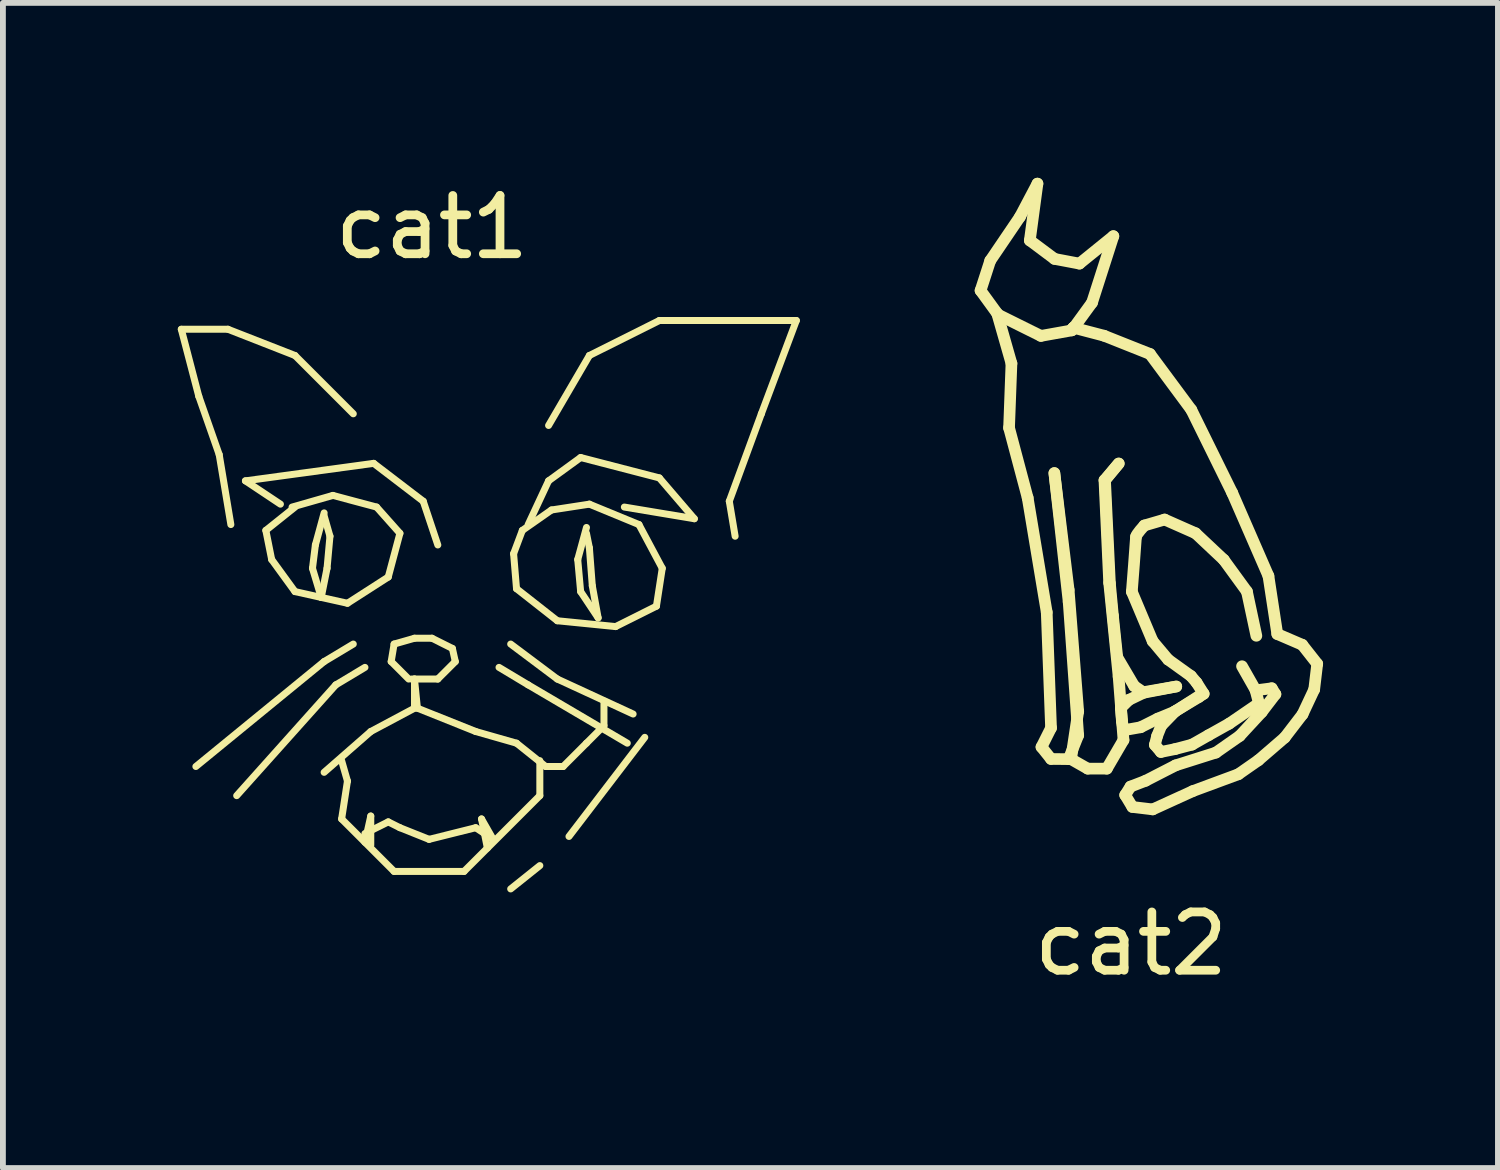
<source format=kicad_pcb>
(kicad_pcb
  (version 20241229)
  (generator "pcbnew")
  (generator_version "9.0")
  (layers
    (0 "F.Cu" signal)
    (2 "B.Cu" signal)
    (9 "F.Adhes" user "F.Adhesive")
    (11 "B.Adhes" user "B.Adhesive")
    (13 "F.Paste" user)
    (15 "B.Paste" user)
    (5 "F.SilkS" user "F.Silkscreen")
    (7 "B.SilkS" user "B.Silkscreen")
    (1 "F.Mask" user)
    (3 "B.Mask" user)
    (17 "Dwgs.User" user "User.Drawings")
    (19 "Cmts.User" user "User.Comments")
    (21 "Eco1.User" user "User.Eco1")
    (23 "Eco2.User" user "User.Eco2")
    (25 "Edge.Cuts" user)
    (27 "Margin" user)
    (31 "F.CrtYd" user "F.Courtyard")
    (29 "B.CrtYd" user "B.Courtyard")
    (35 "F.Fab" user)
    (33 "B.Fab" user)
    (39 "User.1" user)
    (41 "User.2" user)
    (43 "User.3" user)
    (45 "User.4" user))
  (footprint "cat2"
    (layer "F.Cu")
    (at 15.851 10.638)
    (property "Reference" "cat2" (at 0.5 2.5 0) (unlocked yes) (layer "F.SilkS") (effects (font (size 1 1) (thickness 0.15))))
    (attr through_hole)
    (fp_line (start -2.081 -8.704) (end -1.781 -8.291) (stroke (width 0.2) (type solid)) (layer "F.SilkS"))
    (fp_line (start -1.915 -9.217) (end -2.081 -8.704) (stroke (width 0.2) (type solid)) (layer "F.SilkS"))
    (fp_line (start -1.796 -8.312) (end -1.551 -7.454) (stroke (width 0.2) (type solid)) (layer "F.SilkS"))
    (fp_line (start -1.781 -8.291) (end -1.046 -7.926) (stroke (width 0.2) (type solid)) (layer "F.SilkS"))
    (fp_line (start -1.592 -6.349) (end -1.273 -5.149) (stroke (width 0.2) (type solid)) (layer "F.SilkS"))
    (fp_line (start -1.551 -7.454) (end -1.592 -6.349) (stroke (width 0.2) (type solid)) (layer "F.SilkS"))
    (fp_line (start -1.405 -9.969) (end -1.915 -9.217) (stroke (width 0.2) (type solid)) (layer "F.SilkS"))
    (fp_line (start -1.273 -5.149) (end -0.946 -3.186) (stroke (width 0.2) (type solid)) (layer "F.SilkS"))
    (fp_line (start -1.236 -9.564) (end -1.105 -10.538) (stroke (width 0.2) (type solid)) (layer "F.SilkS"))
    (fp_line (start -1.105 -10.538) (end -1.405 -9.969) (stroke (width 0.2) (type solid)) (layer "F.SilkS"))
    (fp_line (start -1.046 -7.926) (end -0.515 -8.021) (stroke (width 0.2) (type solid)) (layer "F.SilkS"))
    (fp_line (start -1.036 -0.874) (end -0.872 -0.669) (stroke (width 0.2) (type solid)) (layer "F.SilkS"))
    (fp_line (start -0.946 -3.186) (end -0.872 -1.201) (stroke (width 0.2) (type solid)) (layer "F.SilkS"))
    (fp_line (start -0.872 -1.201) (end -1.036 -0.874) (stroke (width 0.2) (type solid)) (layer "F.SilkS"))
    (fp_line (start -0.872 -0.669) (end -0.57 -0.666) (stroke (width 0.2) (type solid)) (layer "F.SilkS"))
    (fp_line (start -0.815 -5.573) (end -0.57 -3.569) (stroke (width 0.2) (type solid)) (layer "F.SilkS"))
    (fp_line (start -0.812 -9.247) (end -1.236 -9.564) (stroke (width 0.2) (type solid)) (layer "F.SilkS"))
    (fp_line (start -0.57 -3.569) (end -0.406 -1.484) (stroke (width 0.2) (type solid)) (layer "F.SilkS"))
    (fp_line (start -0.57 -3.365) (end -0.815 -5.573) (stroke (width 0.2) (type solid)) (layer "F.SilkS"))
    (fp_line (start -0.57 -0.666) (end -0.406 -1.075) (stroke (width 0.2) (type solid)) (layer "F.SilkS"))
    (fp_line (start -0.529 -8.026) (end -0.489 -8.067) (stroke (width 0.2) (type solid)) (layer "F.SilkS"))
    (fp_line (start -0.529 -0.666) (end -0.243 -0.503) (stroke (width 0.2) (type solid)) (layer "F.SilkS"))
    (fp_line (start -0.515 -8.021) (end -0.169 -8.496) (stroke (width 0.2) (type solid)) (layer "F.SilkS"))
    (fp_line (start -0.489 -8.067) (end -0.489 -8.067) (stroke (width 0.2) (type solid)) (layer "F.SilkS"))
    (fp_line (start -0.489 -8.067) (end 0.038 -7.929) (stroke (width 0.2) (type solid)) (layer "F.SilkS"))
    (fp_line (start -0.406 -1.484) (end -0.529 -0.666) (stroke (width 0.2) (type solid)) (layer "F.SilkS"))
    (fp_line (start -0.406 -1.075) (end -0.57 -3.365) (stroke (width 0.2) (type solid)) (layer "F.SilkS"))
    (fp_line (start -0.385 -9.166) (end -0.812 -9.247) (stroke (width 0.2) (type solid)) (layer "F.SilkS"))
    (fp_line (start -0.243 -0.503) (end 0.085 -0.503) (stroke (width 0.2) (type solid)) (layer "F.SilkS"))
    (fp_line (start -0.169 -8.496) (end 0.197 -9.637) (stroke (width 0.2) (type solid)) (layer "F.SilkS"))
    (fp_line (start 0.038 -7.929) (end 0.825 -7.616) (stroke (width 0.2) (type solid)) (layer "F.SilkS"))
    (fp_line (start 0.044 -5.45) (end 0.289 -5.737) (stroke (width 0.2) (type solid)) (layer "F.SilkS"))
    (fp_line (start 0.054 -5.45) (end 0.138 -3.682) (stroke (width 0.2) (type solid)) (layer "F.SilkS"))
    (fp_line (start 0.085 -0.503) (end 0.371 -0.993) (stroke (width 0.2) (type solid)) (layer "F.SilkS"))
    (fp_line (start 0.125 -3.692) (end 0.044 -5.45) (stroke (width 0.2) (type solid)) (layer "F.SilkS"))
    (fp_line (start 0.138 -3.682) (end 0.19 -3.124) (stroke (width 0.2) (type solid)) (layer "F.SilkS"))
    (fp_line (start 0.19 -3.124) (end 0.264 -2.413) (stroke (width 0.2) (type solid)) (layer "F.SilkS"))
    (fp_line (start 0.197 -9.637) (end -0.385 -9.166) (stroke (width 0.2) (type solid)) (layer "F.SilkS"))
    (fp_line (start 0.264 -2.413) (end 0.555 -1.919) (stroke (width 0.2) (type solid)) (layer "F.SilkS"))
    (fp_line (start 0.287 -2.083) (end 0.125 -3.692) (stroke (width 0.2) (type solid)) (layer "F.SilkS"))
    (fp_line (start 0.289 -5.737) (end 0.054 -5.45) (stroke (width 0.2) (type solid)) (layer "F.SilkS"))
    (fp_line (start 0.325 -1.545) (end 0.343 -1.324) (stroke (width 0.2) (type solid)) (layer "F.SilkS"))
    (fp_line (start 0.343 -1.324) (end 0.371 -1.161) (stroke (width 0.2) (type solid)) (layer "F.SilkS"))
    (fp_line (start 0.371 -1.161) (end 0.664 -1.213) (stroke (width 0.2) (type solid)) (layer "F.SilkS"))
    (fp_line (start 0.371 -0.993) (end 0.287 -2.083) (stroke (width 0.2) (type solid)) (layer "F.SilkS"))
    (fp_line (start 0.4 -0.05) (end 0.491 -0.195) (stroke (width 0.2) (type solid)) (layer "F.SilkS"))
    (fp_line (start 0.464 -1.683) (end 0.325 -1.545) (stroke (width 0.2) (type solid)) (layer "F.SilkS"))
    (fp_line (start 0.491 -0.195) (end 0.75 -0.295) (stroke (width 0.2) (type solid)) (layer "F.SilkS"))
    (fp_line (start 0.523 0.154) (end 0.4 -0.05) (stroke (width 0.2) (type solid)) (layer "F.SilkS"))
    (fp_line (start 0.555 -1.919) (end 0.708 -1.814) (stroke (width 0.2) (type solid)) (layer "F.SilkS"))
    (fp_line (start 0.664 -1.213) (end 0.959 -1.361) (stroke (width 0.2) (type solid)) (layer "F.SilkS"))
    (fp_line (start 0.708 -1.814) (end 1.276 -1.912) (stroke (width 0.2) (type solid)) (layer "F.SilkS"))
    (fp_line (start 0.715 -1.804) (end 0.464 -1.683) (stroke (width 0.2) (type solid)) (layer "F.SilkS"))
    (fp_line (start 0.728 -4.674) (end 1.076 -4.776) (stroke (width 0.2) (type solid)) (layer "F.SilkS"))
    (fp_line (start 0.75 -0.295) (end 1.264 -0.559) (stroke (width 0.2) (type solid)) (layer "F.SilkS"))
    (fp_line (start 0.825 -7.616) (end 1.534 -6.659) (stroke (width 0.2) (type solid)) (layer "F.SilkS"))
    (fp_line (start 0.871 -2.69) (end 0.514 -3.539) (stroke (width 0.2) (type solid)) (layer "F.SilkS"))
    (fp_line (start 0.872 0.196) (end 0.523 0.154) (stroke (width 0.2) (type solid)) (layer "F.SilkS"))
    (fp_line (start 0.909 -0.911) (end 0.947 -1.061) (stroke (width 0.2) (type solid)) (layer "F.SilkS"))
    (fp_line (start 0.947 -1.061) (end 1.018 -1.239) (stroke (width 0.2) (type solid)) (layer "F.SilkS"))
    (fp_line (start 0.959 -1.361) (end 1.249 -1.481) (stroke (width 0.2) (type solid)) (layer "F.SilkS"))
    (fp_line (start 1.012 -0.789) (end 0.909 -0.911) (stroke (width 0.2) (type solid)) (layer "F.SilkS"))
    (fp_line (start 1.018 -1.239) (end 1.261 -1.49) (stroke (width 0.2) (type solid)) (layer "F.SilkS"))
    (fp_line (start 1.076 -4.776) (end 1.607 -4.541) (stroke (width 0.2) (type solid)) (layer "F.SilkS"))
    (fp_line (start 1.137 -2.373) (end 0.871 -2.69) (stroke (width 0.2) (type solid)) (layer "F.SilkS"))
    (fp_line (start 1.249 -1.481) (end 1.724 -1.785) (stroke (width 0.2) (type solid)) (layer "F.SilkS"))
    (fp_line (start 1.254 -0.838) (end 1.012 -0.789) (stroke (width 0.2) (type solid)) (layer "F.SilkS"))
    (fp_line (start 1.261 -1.49) (end 1.662 -1.731) (stroke (width 0.2) (type solid)) (layer "F.SilkS"))
    (fp_line (start 1.264 -0.559) (end 1.955 -0.778) (stroke (width 0.2) (type solid)) (layer "F.SilkS"))
    (fp_line (start 1.276 -1.912) (end 0.715 -1.804) (stroke (width 0.2) (type solid)) (layer "F.SilkS"))
    (fp_line (start 1.528 -2.092) (end 1.137 -2.373) (stroke (width 0.2) (type solid)) (layer "F.SilkS"))
    (fp_line (start 1.534 -6.659) (end 2.236 -5.234) (stroke (width 0.2) (type solid)) (layer "F.SilkS"))
    (fp_line (start 1.546 -0.915) (end 1.254 -0.838) (stroke (width 0.2) (type solid)) (layer "F.SilkS"))
    (fp_line (start 1.56 -0.118) (end 0.872 0.196) (stroke (width 0.2) (type solid)) (layer "F.SilkS"))
    (fp_line (start 1.607 -4.541) (end 2.091 -4.086) (stroke (width 0.2) (type solid)) (layer "F.SilkS"))
    (fp_line (start 1.625 -1.978) (end 1.528 -2.092) (stroke (width 0.2) (type solid)) (layer "F.SilkS"))
    (fp_line (start 1.662 -1.731) (end 1.746 -1.787) (stroke (width 0.2) (type solid)) (layer "F.SilkS"))
    (fp_line (start 1.746 -1.787) (end 1.625 -1.978) (stroke (width 0.2) (type solid)) (layer "F.SilkS"))
    (fp_line (start 1.829 -1.076) (end 1.546 -0.915) (stroke (width 0.2) (type solid)) (layer "F.SilkS"))
    (fp_line (start 1.955 -0.778) (end 2.364 -1.064) (stroke (width 0.2) (type solid)) (layer "F.SilkS"))
    (fp_line (start 2.091 -4.086) (end 2.488 -3.541) (stroke (width 0.2) (type solid)) (layer "F.SilkS"))
    (fp_line (start 2.182 -1.274) (end 1.829 -1.076) (stroke (width 0.2) (type solid)) (layer "F.SilkS"))
    (fp_line (start 2.236 -5.234) (end 2.857 -3.808) (stroke (width 0.2) (type solid)) (layer "F.SilkS"))
    (fp_line (start 2.341 -0.407) (end 1.56 -0.118) (stroke (width 0.2) (type solid)) (layer "F.SilkS"))
    (fp_line (start 2.364 -1.064) (end 2.742 -1.473) (stroke (width 0.2) (type solid)) (layer "F.SilkS"))
    (fp_line (start 2.404 -2.26) (end 2.635 -1.853) (stroke (width 0.2) (type solid)) (layer "F.SilkS"))
    (fp_line (start 2.488 -3.541) (end 2.65 -2.782) (stroke (width 0.2) (type solid)) (layer "F.SilkS"))
    (fp_line (start 2.635 -1.853) (end 2.694 -1.624) (stroke (width 0.2) (type solid)) (layer "F.SilkS"))
    (fp_line (start 2.685 -0.647) (end 2.341 -0.407) (stroke (width 0.2) (type solid)) (layer "F.SilkS"))
    (fp_line (start 2.694 -1.624) (end 2.182 -1.274) (stroke (width 0.2) (type solid)) (layer "F.SilkS"))
    (fp_line (start 2.742 -1.473) (end 2.977 -1.78) (stroke (width 0.2) (type solid)) (layer "F.SilkS"))
    (fp_line (start 2.857 -3.808) (end 3.009 -2.812) (stroke (width 0.2) (type solid)) (layer "F.SilkS"))
    (fp_line (start 2.914 -1.882) (end 2.643 -1.847) (stroke (width 0.2) (type solid)) (layer "F.SilkS"))
    (fp_line (start 2.977 -1.78) (end 2.914 -1.882) (stroke (width 0.2) (type solid)) (layer "F.SilkS"))
    (fp_line (start 3.009 -2.812) (end 3.437 -2.628) (stroke (width 0.2) (type solid)) (layer "F.SilkS"))
    (fp_line (start 3.136 -1.036) (end 2.685 -0.647) (stroke (width 0.2) (type solid)) (layer "F.SilkS"))
    (fp_line (start 3.437 -2.628) (end 3.694 -2.301) (stroke (width 0.2) (type solid)) (layer "F.SilkS"))
    (fp_line (start 3.442 -1.435) (end 3.136 -1.036) (stroke (width 0.2) (type solid)) (layer "F.SilkS"))
    (fp_line (start 3.642 -1.861) (end 3.442 -1.435) (stroke (width 0.2) (type solid)) (layer "F.SilkS"))
    (fp_line (start 3.694 -2.301) (end 3.642 -1.861) (stroke (width 0.2) (type solid)) (layer "F.SilkS"))
    (fp_curve (pts (xy 0.514 -3.539) (xy 0.514 -3.539) (xy 0.585 -4.438) (xy 0.585 -4.479)) (stroke (width 0.2) (type solid)) (layer "F.SilkS"))
    (fp_curve (pts (xy 0.585 -4.479) (xy 0.585 -4.52) (xy 0.728 -4.674) (xy 0.728 -4.674)) (stroke (width 0.2) (type solid)) (layer "F.SilkS")))
  (footprint "cat1"
    (layer "F.Cu")
    (at 4.41 8.848)
    (property "Reference" "cat1" (at -0.05 -8 0) (unlocked yes) (layer "F.SilkS") (effects (font (size 1 1) (thickness 0.15))))
    (attr through_hole)
    (fp_line (start -4.35 -6.25) (end -4.05 -5.1) (stroke (width 0.12) (type solid)) (layer "F.SilkS"))
    (fp_line (start -4.05 -5.1) (end -3.7 -4.1) (stroke (width 0.12) (type solid)) (layer "F.SilkS"))
    (fp_line (start -3.7 -4.1) (end -3.5 -2.9) (stroke (width 0.12) (type solid)) (layer "F.SilkS"))
    (fp_line (start -3.55 -6.25) (end -4.35 -6.25) (stroke (width 0.12) (type solid)) (layer "F.SilkS"))
    (fp_line (start -3.25 -3.65) (end -1.05 -3.95) (stroke (width 0.12) (type solid)) (layer "F.SilkS"))
    (fp_line (start -2.9 -2.8) (end -2.4 -3.2) (stroke (width 0.12) (type solid)) (layer "F.SilkS"))
    (fp_line (start -2.8 -2.3) (end -2.9 -2.8) (stroke (width 0.12) (type solid)) (layer "F.SilkS"))
    (fp_line (start -2.65 -3.25) (end -3.25 -3.65) (stroke (width 0.12) (type solid)) (layer "F.SilkS"))
    (fp_line (start -2.45 -3.2) (end -1.75 -3.4) (stroke (width 0.12) (type solid)) (layer "F.SilkS"))
    (fp_line (start -2.4 -5.8) (end -3.55 -6.25) (stroke (width 0.12) (type solid)) (layer "F.SilkS"))
    (fp_line (start -2.4 -1.75) (end -2.8 -2.3) (stroke (width 0.12) (type solid)) (layer "F.SilkS"))
    (fp_line (start -2.1 -2.15) (end -1.95 -1.65) (stroke (width 0.12) (type solid)) (layer "F.SilkS"))
    (fp_line (start -2.05 -2.55) (end -2.1 -2.15) (stroke (width 0.12) (type solid)) (layer "F.SilkS"))
    (fp_line (start -1.95 -1.65) (end -1.85 -2.15) (stroke (width 0.12) (type solid)) (layer "F.SilkS"))
    (fp_line (start -1.9 -3.1) (end -2.05 -2.55) (stroke (width 0.12) (type solid)) (layer "F.SilkS"))
    (fp_line (start -1.9 -0.55) (end -4.1 1.25) (stroke (width 0.12) (type solid)) (layer "F.SilkS"))
    (fp_line (start -1.9 1.35) (end -1.1 0.65) (stroke (width 0.12) (type solid)) (layer "F.SilkS"))
    (fp_line (start -1.85 -2.15) (end -1.8 -2.7) (stroke (width 0.12) (type solid)) (layer "F.SilkS"))
    (fp_line (start -1.8 -2.7) (end -1.9 -3.05) (stroke (width 0.12) (type solid)) (layer "F.SilkS"))
    (fp_line (start -1.75 -3.4) (end -1 -3.2) (stroke (width 0.12) (type solid)) (layer "F.SilkS"))
    (fp_line (start -1.7 -0.15) (end -3.4 1.75) (stroke (width 0.12) (type solid)) (layer "F.SilkS"))
    (fp_line (start -1.6 2.15) (end -1.5 1.5) (stroke (width 0.12) (type solid)) (layer "F.SilkS"))
    (fp_line (start -1.5 -1.55) (end -2.4 -1.75) (stroke (width 0.12) (type solid)) (layer "F.SilkS"))
    (fp_line (start -1.5 1.5) (end -1.6 1.15) (stroke (width 0.12) (type solid)) (layer "F.SilkS"))
    (fp_line (start -1.4 -4.8) (end -2.4 -5.8) (stroke (width 0.12) (type solid)) (layer "F.SilkS"))
    (fp_line (start -1.4 -0.85) (end -1.9 -0.55) (stroke (width 0.12) (type solid)) (layer "F.SilkS"))
    (fp_line (start -1.2 -0.45) (end -1.7 -0.15) (stroke (width 0.12) (type solid)) (layer "F.SilkS"))
    (fp_line (start -1.2 2.4) (end -0.8 2.2) (stroke (width 0.12) (type solid)) (layer "F.SilkS"))
    (fp_line (start -1.2 2.55) (end -1.1 2.1) (stroke (width 0.12) (type solid)) (layer "F.SilkS"))
    (fp_line (start -1.1 0.65) (end -0.35 0.25) (stroke (width 0.12) (type solid)) (layer "F.SilkS"))
    (fp_line (start -1.1 2.1) (end -1.1 2.6) (stroke (width 0.12) (type solid)) (layer "F.SilkS"))
    (fp_line (start -1.05 -3.95) (end -0.2 -3.3) (stroke (width 0.12) (type solid)) (layer "F.SilkS"))
    (fp_line (start -1 -3.2) (end -0.6 -2.75) (stroke (width 0.12) (type solid)) (layer "F.SilkS"))
    (fp_line (start -0.8 -2) (end -1.5 -1.55) (stroke (width 0.12) (type solid)) (layer "F.SilkS"))
    (fp_line (start -0.8 2.2) (end -0.6 2.3) (stroke (width 0.12) (type solid)) (layer "F.SilkS"))
    (fp_line (start -0.75 -0.55) (end -0.7 -0.85) (stroke (width 0.12) (type solid)) (layer "F.SilkS"))
    (fp_line (start -0.7 -0.85) (end -0.35 -0.95) (stroke (width 0.12) (type solid)) (layer "F.SilkS"))
    (fp_line (start -0.7 3.05) (end -1.6 2.15) (stroke (width 0.12) (type solid)) (layer "F.SilkS"))
    (fp_line (start -0.6 -2.75) (end -0.8 -2) (stroke (width 0.12) (type solid)) (layer "F.SilkS"))
    (fp_line (start -0.6 2.3) (end -0.1 2.5) (stroke (width 0.12) (type solid)) (layer "F.SilkS"))
    (fp_line (start -0.45 -0.25) (end -0.75 -0.55) (stroke (width 0.12) (type solid)) (layer "F.SilkS"))
    (fp_line (start -0.35 -0.95) (end -0.05 -0.95) (stroke (width 0.12) (type solid)) (layer "F.SilkS"))
    (fp_line (start -0.35 -0.25) (end -0.3 0.25) (stroke (width 0.12) (type solid)) (layer "F.SilkS"))
    (fp_line (start -0.35 0.25) (end -0.35 -0.25) (stroke (width 0.12) (type solid)) (layer "F.SilkS"))
    (fp_line (start -0.3 0.25) (end 0.7 0.65) (stroke (width 0.12) (type solid)) (layer "F.SilkS"))
    (fp_line (start -0.2 -3.3) (end 0.05 -2.55) (stroke (width 0.12) (type solid)) (layer "F.SilkS"))
    (fp_line (start -0.1 2.5) (end 0.7 2.3) (stroke (width 0.12) (type solid)) (layer "F.SilkS"))
    (fp_line (start -0.05 -0.95) (end 0.3 -0.775) (stroke (width 0.12) (type solid)) (layer "F.SilkS"))
    (fp_line (start 0.05 -0.25) (end -0.4 -0.25) (stroke (width 0.12) (type solid)) (layer "F.SilkS"))
    (fp_line (start 0.3 -0.775) (end 0.35 -0.55) (stroke (width 0.12) (type solid)) (layer "F.SilkS"))
    (fp_line (start 0.35 -0.55) (end 0.05 -0.25) (stroke (width 0.12) (type solid)) (layer "F.SilkS"))
    (fp_line (start 0.5 3.05) (end -0.7 3.05) (stroke (width 0.12) (type solid)) (layer "F.SilkS"))
    (fp_line (start 0.7 0.65) (end 1.4 0.85) (stroke (width 0.12) (type solid)) (layer "F.SilkS"))
    (fp_line (start 0.7 2.3) (end 1 2.5) (stroke (width 0.12) (type solid)) (layer "F.SilkS"))
    (fp_line (start 0.8 2.15) (end 1 2.5) (stroke (width 0.12) (type solid)) (layer "F.SilkS"))
    (fp_line (start 0.9 2.65) (end 0.8 2.15) (stroke (width 0.12) (type solid)) (layer "F.SilkS"))
    (fp_line (start 1.1 -0.45) (end 1.6 -0.15) (stroke (width 0.12) (type solid)) (layer "F.SilkS"))
    (fp_line (start 1.3 -0.85) (end 2.1 -0.25) (stroke (width 0.12) (type solid)) (layer "F.SilkS"))
    (fp_line (start 1.3 3.35) (end 1.8 2.95) (stroke (width 0.12) (type solid)) (layer "F.SilkS"))
    (fp_line (start 1.35 -2.4) (end 1.5 -2.8) (stroke (width 0.12) (type solid)) (layer "F.SilkS"))
    (fp_line (start 1.4 -1.8) (end 1.35 -2.4) (stroke (width 0.12) (type solid)) (layer "F.SilkS"))
    (fp_line (start 1.4 0.85) (end 1.9 1.25) (stroke (width 0.12) (type solid)) (layer "F.SilkS"))
    (fp_line (start 1.5 -2.8) (end 2 -3.15) (stroke (width 0.12) (type solid)) (layer "F.SilkS"))
    (fp_line (start 1.6 -0.15) (end 3.3 0.85) (stroke (width 0.12) (type solid)) (layer "F.SilkS"))
    (fp_line (start 1.8 1.15) (end 1.8 1.75) (stroke (width 0.12) (type solid)) (layer "F.SilkS"))
    (fp_line (start 1.8 1.75) (end 0.5 3.05) (stroke (width 0.12) (type solid)) (layer "F.SilkS"))
    (fp_line (start 1.9 1.25) (end 2.2 1.25) (stroke (width 0.12) (type solid)) (layer "F.SilkS"))
    (fp_line (start 1.95 -4.6) (end 2.65 -5.8) (stroke (width 0.12) (type solid)) (layer "F.SilkS"))
    (fp_line (start 1.95 -3.65) (end 1.6 -2.9) (stroke (width 0.12) (type solid)) (layer "F.SilkS"))
    (fp_line (start 2 -3.15) (end 2.65 -3.25) (stroke (width 0.12) (type solid)) (layer "F.SilkS"))
    (fp_line (start 2.1 -1.25) (end 1.4 -1.8) (stroke (width 0.12) (type solid)) (layer "F.SilkS"))
    (fp_line (start 2.1 -0.25) (end 3.4 0.35) (stroke (width 0.12) (type solid)) (layer "F.SilkS"))
    (fp_line (start 2.2 1.25) (end 2.6 0.85) (stroke (width 0.12) (type solid)) (layer "F.SilkS"))
    (fp_line (start 2.3 2.45) (end 3.6 0.75) (stroke (width 0.12) (type solid)) (layer "F.SilkS"))
    (fp_line (start 2.45 -2.3) (end 2.5 -1.75) (stroke (width 0.12) (type solid)) (layer "F.SilkS"))
    (fp_line (start 2.5 -4.05) (end 1.95 -3.65) (stroke (width 0.12) (type solid)) (layer "F.SilkS"))
    (fp_line (start 2.5 -1.75) (end 2.8 -1.3) (stroke (width 0.12) (type solid)) (layer "F.SilkS"))
    (fp_line (start 2.6 -2.85) (end 2.45 -2.3) (stroke (width 0.12) (type solid)) (layer "F.SilkS"))
    (fp_line (start 2.6 0.85) (end 2.9 0.55) (stroke (width 0.12) (type solid)) (layer "F.SilkS"))
    (fp_line (start 2.65 -5.8) (end 3.85 -6.4) (stroke (width 0.12) (type solid)) (layer "F.SilkS"))
    (fp_line (start 2.65 -3.25) (end 3.5 -2.9) (stroke (width 0.12) (type solid)) (layer "F.SilkS"))
    (fp_line (start 2.65 -2.5) (end 2.6 -2.75) (stroke (width 0.12) (type solid)) (layer "F.SilkS"))
    (fp_line (start 2.7 -1.85) (end 2.65 -2.5) (stroke (width 0.12) (type solid)) (layer "F.SilkS"))
    (fp_line (start 2.8 -1.3) (end 2.7 -1.85) (stroke (width 0.12) (type solid)) (layer "F.SilkS"))
    (fp_line (start 2.9 0.55) (end 2.9 0.15) (stroke (width 0.12) (type solid)) (layer "F.SilkS"))
    (fp_line (start 3.1 -1.15) (end 2.1 -1.25) (stroke (width 0.12) (type solid)) (layer "F.SilkS"))
    (fp_line (start 3.25 -3.2) (end 4.45 -3) (stroke (width 0.12) (type solid)) (layer "F.SilkS"))
    (fp_line (start 3.5 -2.9) (end 3.9 -2.15) (stroke (width 0.12) (type solid)) (layer "F.SilkS"))
    (fp_line (start 3.8 -1.5) (end 3.1 -1.15) (stroke (width 0.12) (type solid)) (layer "F.SilkS"))
    (fp_line (start 3.85 -6.4) (end 6.2 -6.4) (stroke (width 0.12) (type solid)) (layer "F.SilkS"))
    (fp_line (start 3.85 -3.7) (end 2.5 -4.05) (stroke (width 0.12) (type solid)) (layer "F.SilkS"))
    (fp_line (start 3.9 -2.15) (end 3.8 -1.5) (stroke (width 0.12) (type solid)) (layer "F.SilkS"))
    (fp_line (start 4.45 -3) (end 3.85 -3.7) (stroke (width 0.12) (type solid)) (layer "F.SilkS"))
    (fp_line (start 5.05 -3.3) (end 5.15 -2.7) (stroke (width 0.12) (type solid)) (layer "F.SilkS"))
    (fp_line (start 5.6 -4.8) (end 5.05 -3.3) (stroke (width 0.12) (type solid)) (layer "F.SilkS"))
    (fp_line (start 6.2 -6.4) (end 5.6 -4.8) (stroke (width 0.12) (type solid)) (layer "F.SilkS")))
  (gr_rect
    (start -3 -3)
    (end 22.645 16.986)
    (stroke (width 0.1) (type default))
    (fill no)
    (layer "Edge.Cuts")))
</source>
